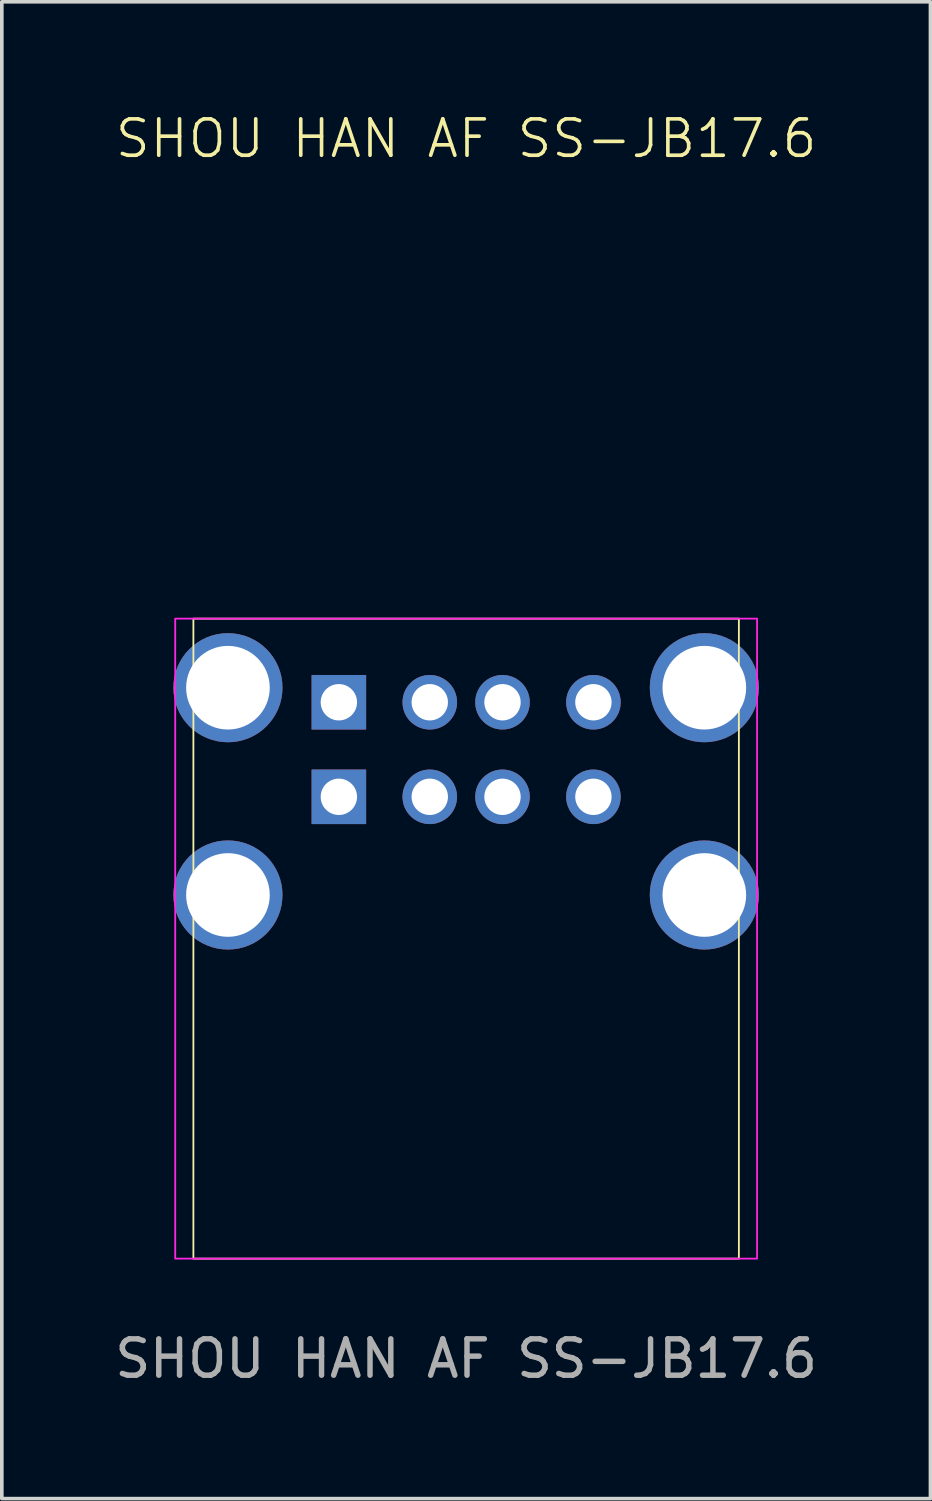
<source format=kicad_pcb>
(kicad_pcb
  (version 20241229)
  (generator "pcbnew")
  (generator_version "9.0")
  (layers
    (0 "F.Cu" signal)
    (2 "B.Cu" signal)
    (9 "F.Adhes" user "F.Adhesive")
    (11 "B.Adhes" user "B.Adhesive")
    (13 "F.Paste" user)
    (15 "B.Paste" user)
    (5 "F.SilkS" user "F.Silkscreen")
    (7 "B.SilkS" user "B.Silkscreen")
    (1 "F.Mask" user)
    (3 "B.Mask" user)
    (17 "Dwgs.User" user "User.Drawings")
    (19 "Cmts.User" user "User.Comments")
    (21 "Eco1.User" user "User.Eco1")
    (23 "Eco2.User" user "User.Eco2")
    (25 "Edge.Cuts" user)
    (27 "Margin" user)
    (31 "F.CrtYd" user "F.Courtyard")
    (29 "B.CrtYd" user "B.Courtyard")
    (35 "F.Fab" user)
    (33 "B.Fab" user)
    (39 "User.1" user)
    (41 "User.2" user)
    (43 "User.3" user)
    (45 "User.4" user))
  (footprint "SHOU HAN AF SS-JB17.6"
    (layer "F.Cu")
    (at 9.768 17.561)
    (property "Reference" "SHOU HAN AF SS-JB17.6" (at 0 -16.8 0) (unlocked yes) (layer "F.SilkS") (effects (font (size 1 1) (thickness 0.1))))
    (attr smd)
    (fp_rect (start -7.5 -3.6) (end 7.5 14) (stroke (width 0.05) (type default)) (fill no) (layer "F.SilkS"))
    (fp_rect (start -8 -3.6) (end 8 14) (stroke (width 0.05) (type default)) (fill no) (layer "F.CrtYd"))
    (fp_text user "${REFERENCE}" (at 0 16.75 0) (unlocked yes) (layer "F.Fab") (effects (font (size 1 1) (thickness 0.15))))
    (pad "1" thru_hole rect (at -3.5 -1.3) (size 1.5 1.5) (drill 1) (layers "*.Cu" "*.Mask"))
    (pad "2" thru_hole circle (at -1 -1.3) (size 1.5 1.5) (drill 1) (layers "*.Cu" "*.Mask"))
    (pad "3" thru_hole circle (at 1 -1.3) (size 1.5 1.5) (drill 1) (layers "*.Cu" "*.Mask"))
    (pad "4" thru_hole circle (at 3.5 -1.3) (size 1.5 1.5) (drill 1) (layers "*.Cu" "*.Mask"))
    (pad "5" thru_hole rect (at -3.5 1.3) (size 1.5 1.5) (drill 1) (layers "*.Cu" "*.Mask"))
    (pad "6" thru_hole circle (at -1 1.3) (size 1.5 1.5) (drill 1) (layers "*.Cu" "*.Mask"))
    (pad "7" thru_hole circle (at 1 1.3) (size 1.5 1.5) (drill 1) (layers "*.Cu" "*.Mask"))
    (pad "8" thru_hole circle (at 3.5 1.3) (size 1.5 1.5) (drill 1) (layers "*.Cu" "*.Mask"))
    (pad "9" thru_hole circle (at -6.55 -1.7) (size 3 3) (drill 2.3) (layers "*.Cu" "*.Mask"))
    (pad "9" thru_hole circle (at -6.55 4) (size 3 3) (drill 2.3) (layers "*.Cu" "*.Mask"))
    (pad "9" thru_hole circle (at 6.55 -1.7) (size 3 3) (drill 2.3) (layers "*.Cu" "*.Mask"))
    (pad "9" thru_hole circle (at 6.55 4) (size 3 3) (drill 2.3) (layers "*.Cu" "*.Mask")))
  (gr_rect
    (start -3 -3)
    (end 22.536 38.159)
    (stroke (width 0.1) (type default))
    (fill no)
    (layer "Edge.Cuts")))
</source>
